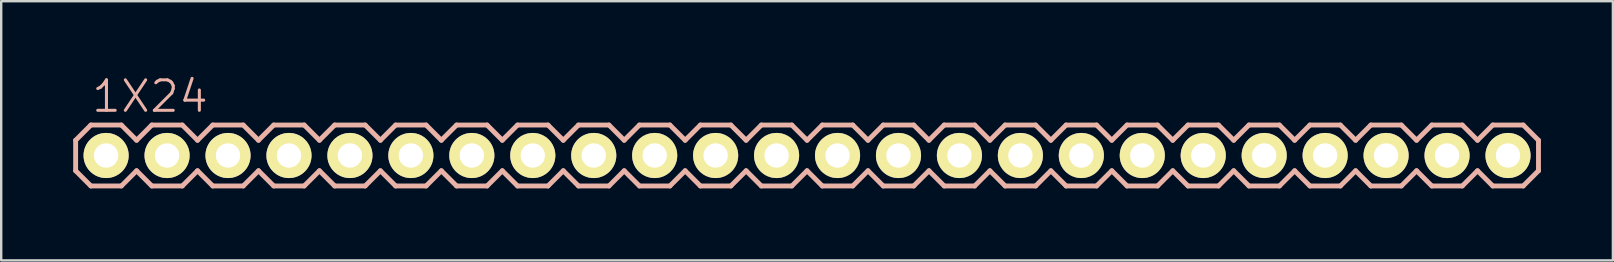
<source format=kicad_pcb>
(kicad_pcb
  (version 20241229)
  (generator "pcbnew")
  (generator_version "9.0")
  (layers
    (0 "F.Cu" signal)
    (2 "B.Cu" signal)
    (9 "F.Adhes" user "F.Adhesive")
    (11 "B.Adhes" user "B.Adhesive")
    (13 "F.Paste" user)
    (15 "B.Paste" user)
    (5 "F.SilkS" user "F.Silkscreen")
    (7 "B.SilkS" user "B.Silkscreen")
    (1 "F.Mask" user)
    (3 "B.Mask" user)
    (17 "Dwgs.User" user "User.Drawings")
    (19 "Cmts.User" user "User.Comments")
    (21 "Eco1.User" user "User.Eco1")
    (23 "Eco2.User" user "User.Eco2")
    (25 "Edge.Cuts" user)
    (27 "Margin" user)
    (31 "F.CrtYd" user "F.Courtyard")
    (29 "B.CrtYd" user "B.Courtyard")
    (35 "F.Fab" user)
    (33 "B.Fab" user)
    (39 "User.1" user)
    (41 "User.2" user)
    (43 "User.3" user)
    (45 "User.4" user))
  (footprint "1X24"
    (layer "F.Cu")
    (at 28.042 3.43)
    (property "Reference" "1X24" (at -24.841 -2.464 0) (layer "B.SilkS") (effects (font (size 1.27 1.27) (thickness 0.127))))
    (attr exclude_from_pos_files exclude_from_bom)
    (fp_line (start -26.924 -0.254) (end -26.416 -0.254) (stroke (width 0.066) (type solid)) (layer "F.SilkS"))
    (fp_line (start -26.924 0.254) (end -26.924 -0.254) (stroke (width 0.066) (type solid)) (layer "F.SilkS"))
    (fp_line (start -26.924 0.254) (end -26.416 0.254) (stroke (width 0.066) (type solid)) (layer "F.SilkS"))
    (fp_line (start -26.416 0.254) (end -26.416 -0.254) (stroke (width 0.066) (type solid)) (layer "F.SilkS"))
    (fp_line (start -24.384 -0.254) (end -23.876 -0.254) (stroke (width 0.066) (type solid)) (layer "F.SilkS"))
    (fp_line (start -24.384 0.254) (end -24.384 -0.254) (stroke (width 0.066) (type solid)) (layer "F.SilkS"))
    (fp_line (start -24.384 0.254) (end -23.876 0.254) (stroke (width 0.066) (type solid)) (layer "F.SilkS"))
    (fp_line (start -23.876 0.254) (end -23.876 -0.254) (stroke (width 0.066) (type solid)) (layer "F.SilkS"))
    (fp_line (start -21.844 -0.254) (end -21.336 -0.254) (stroke (width 0.066) (type solid)) (layer "F.SilkS"))
    (fp_line (start -21.844 0.254) (end -21.844 -0.254) (stroke (width 0.066) (type solid)) (layer "F.SilkS"))
    (fp_line (start -21.844 0.254) (end -21.336 0.254) (stroke (width 0.066) (type solid)) (layer "F.SilkS"))
    (fp_line (start -21.336 0.254) (end -21.336 -0.254) (stroke (width 0.066) (type solid)) (layer "F.SilkS"))
    (fp_line (start -19.304 -0.254) (end -18.796 -0.254) (stroke (width 0.066) (type solid)) (layer "F.SilkS"))
    (fp_line (start -19.304 0.254) (end -19.304 -0.254) (stroke (width 0.066) (type solid)) (layer "F.SilkS"))
    (fp_line (start -19.304 0.254) (end -18.796 0.254) (stroke (width 0.066) (type solid)) (layer "F.SilkS"))
    (fp_line (start -18.796 0.254) (end -18.796 -0.254) (stroke (width 0.066) (type solid)) (layer "F.SilkS"))
    (fp_line (start -16.764 -0.254) (end -16.256 -0.254) (stroke (width 0.066) (type solid)) (layer "F.SilkS"))
    (fp_line (start -16.764 0.254) (end -16.764 -0.254) (stroke (width 0.066) (type solid)) (layer "F.SilkS"))
    (fp_line (start -16.764 0.254) (end -16.256 0.254) (stroke (width 0.066) (type solid)) (layer "F.SilkS"))
    (fp_line (start -16.256 0.254) (end -16.256 -0.254) (stroke (width 0.066) (type solid)) (layer "F.SilkS"))
    (fp_line (start -14.224 -0.254) (end -13.716 -0.254) (stroke (width 0.066) (type solid)) (layer "F.SilkS"))
    (fp_line (start -14.224 0.254) (end -14.224 -0.254) (stroke (width 0.066) (type solid)) (layer "F.SilkS"))
    (fp_line (start -14.224 0.254) (end -13.716 0.254) (stroke (width 0.066) (type solid)) (layer "F.SilkS"))
    (fp_line (start -13.716 0.254) (end -13.716 -0.254) (stroke (width 0.066) (type solid)) (layer "F.SilkS"))
    (fp_line (start -11.684 -0.254) (end -11.176 -0.254) (stroke (width 0.066) (type solid)) (layer "F.SilkS"))
    (fp_line (start -11.684 0.254) (end -11.684 -0.254) (stroke (width 0.066) (type solid)) (layer "F.SilkS"))
    (fp_line (start -11.684 0.254) (end -11.176 0.254) (stroke (width 0.066) (type solid)) (layer "F.SilkS"))
    (fp_line (start -11.176 0.254) (end -11.176 -0.254) (stroke (width 0.066) (type solid)) (layer "F.SilkS"))
    (fp_line (start -9.144 -0.254) (end -8.636 -0.254) (stroke (width 0.066) (type solid)) (layer "F.SilkS"))
    (fp_line (start -9.144 0.254) (end -9.144 -0.254) (stroke (width 0.066) (type solid)) (layer "F.SilkS"))
    (fp_line (start -9.144 0.254) (end -8.636 0.254) (stroke (width 0.066) (type solid)) (layer "F.SilkS"))
    (fp_line (start -8.636 0.254) (end -8.636 -0.254) (stroke (width 0.066) (type solid)) (layer "F.SilkS"))
    (fp_line (start -6.604 -0.254) (end -6.096 -0.254) (stroke (width 0.066) (type solid)) (layer "F.SilkS"))
    (fp_line (start -6.604 0.254) (end -6.604 -0.254) (stroke (width 0.066) (type solid)) (layer "F.SilkS"))
    (fp_line (start -6.604 0.254) (end -6.096 0.254) (stroke (width 0.066) (type solid)) (layer "F.SilkS"))
    (fp_line (start -6.096 0.254) (end -6.096 -0.254) (stroke (width 0.066) (type solid)) (layer "F.SilkS"))
    (fp_line (start -4.064 -0.254) (end -3.556 -0.254) (stroke (width 0.066) (type solid)) (layer "F.SilkS"))
    (fp_line (start -4.064 0.254) (end -4.064 -0.254) (stroke (width 0.066) (type solid)) (layer "F.SilkS"))
    (fp_line (start -4.064 0.254) (end -3.556 0.254) (stroke (width 0.066) (type solid)) (layer "F.SilkS"))
    (fp_line (start -3.556 0.254) (end -3.556 -0.254) (stroke (width 0.066) (type solid)) (layer "F.SilkS"))
    (fp_line (start -1.524 -0.254) (end -1.016 -0.254) (stroke (width 0.066) (type solid)) (layer "F.SilkS"))
    (fp_line (start -1.524 0.254) (end -1.524 -0.254) (stroke (width 0.066) (type solid)) (layer "F.SilkS"))
    (fp_line (start -1.524 0.254) (end -1.016 0.254) (stroke (width 0.066) (type solid)) (layer "F.SilkS"))
    (fp_line (start -1.016 0.254) (end -1.016 -0.254) (stroke (width 0.066) (type solid)) (layer "F.SilkS"))
    (fp_line (start 1.016 -0.254) (end 1.524 -0.254) (stroke (width 0.066) (type solid)) (layer "F.SilkS"))
    (fp_line (start 1.016 0.254) (end 1.016 -0.254) (stroke (width 0.066) (type solid)) (layer "F.SilkS"))
    (fp_line (start 1.016 0.254) (end 1.524 0.254) (stroke (width 0.066) (type solid)) (layer "F.SilkS"))
    (fp_line (start 1.524 0.254) (end 1.524 -0.254) (stroke (width 0.066) (type solid)) (layer "F.SilkS"))
    (fp_line (start 3.556 -0.254) (end 4.064 -0.254) (stroke (width 0.066) (type solid)) (layer "F.SilkS"))
    (fp_line (start 3.556 0.254) (end 3.556 -0.254) (stroke (width 0.066) (type solid)) (layer "F.SilkS"))
    (fp_line (start 3.556 0.254) (end 4.064 0.254) (stroke (width 0.066) (type solid)) (layer "F.SilkS"))
    (fp_line (start 4.064 0.254) (end 4.064 -0.254) (stroke (width 0.066) (type solid)) (layer "F.SilkS"))
    (fp_line (start 6.096 -0.254) (end 6.604 -0.254) (stroke (width 0.066) (type solid)) (layer "F.SilkS"))
    (fp_line (start 6.096 0.254) (end 6.096 -0.254) (stroke (width 0.066) (type solid)) (layer "F.SilkS"))
    (fp_line (start 6.096 0.254) (end 6.604 0.254) (stroke (width 0.066) (type solid)) (layer "F.SilkS"))
    (fp_line (start 6.604 0.254) (end 6.604 -0.254) (stroke (width 0.066) (type solid)) (layer "F.SilkS"))
    (fp_line (start 8.636 -0.254) (end 9.144 -0.254) (stroke (width 0.066) (type solid)) (layer "F.SilkS"))
    (fp_line (start 8.636 0.254) (end 8.636 -0.254) (stroke (width 0.066) (type solid)) (layer "F.SilkS"))
    (fp_line (start 8.636 0.254) (end 9.144 0.254) (stroke (width 0.066) (type solid)) (layer "F.SilkS"))
    (fp_line (start 9.144 0.254) (end 9.144 -0.254) (stroke (width 0.066) (type solid)) (layer "F.SilkS"))
    (fp_line (start 11.176 -0.254) (end 11.684 -0.254) (stroke (width 0.066) (type solid)) (layer "F.SilkS"))
    (fp_line (start 11.176 0.254) (end 11.176 -0.254) (stroke (width 0.066) (type solid)) (layer "F.SilkS"))
    (fp_line (start 11.176 0.254) (end 11.684 0.254) (stroke (width 0.066) (type solid)) (layer "F.SilkS"))
    (fp_line (start 11.684 0.254) (end 11.684 -0.254) (stroke (width 0.066) (type solid)) (layer "F.SilkS"))
    (fp_line (start 13.716 -0.254) (end 14.224 -0.254) (stroke (width 0.066) (type solid)) (layer "F.SilkS"))
    (fp_line (start 13.716 0.254) (end 13.716 -0.254) (stroke (width 0.066) (type solid)) (layer "F.SilkS"))
    (fp_line (start 13.716 0.254) (end 14.224 0.254) (stroke (width 0.066) (type solid)) (layer "F.SilkS"))
    (fp_line (start 14.224 0.254) (end 14.224 -0.254) (stroke (width 0.066) (type solid)) (layer "F.SilkS"))
    (fp_line (start 16.256 -0.254) (end 16.764 -0.254) (stroke (width 0.066) (type solid)) (layer "F.SilkS"))
    (fp_line (start 16.256 0.254) (end 16.256 -0.254) (stroke (width 0.066) (type solid)) (layer "F.SilkS"))
    (fp_line (start 16.256 0.254) (end 16.764 0.254) (stroke (width 0.066) (type solid)) (layer "F.SilkS"))
    (fp_line (start 16.764 0.254) (end 16.764 -0.254) (stroke (width 0.066) (type solid)) (layer "F.SilkS"))
    (fp_line (start 18.796 -0.254) (end 19.304 -0.254) (stroke (width 0.066) (type solid)) (layer "F.SilkS"))
    (fp_line (start 18.796 0.254) (end 18.796 -0.254) (stroke (width 0.066) (type solid)) (layer "F.SilkS"))
    (fp_line (start 18.796 0.254) (end 19.304 0.254) (stroke (width 0.066) (type solid)) (layer "F.SilkS"))
    (fp_line (start 19.304 0.254) (end 19.304 -0.254) (stroke (width 0.066) (type solid)) (layer "F.SilkS"))
    (fp_line (start 21.336 -0.254) (end 21.844 -0.254) (stroke (width 0.066) (type solid)) (layer "F.SilkS"))
    (fp_line (start 21.336 0.254) (end 21.336 -0.254) (stroke (width 0.066) (type solid)) (layer "F.SilkS"))
    (fp_line (start 21.336 0.254) (end 21.844 0.254) (stroke (width 0.066) (type solid)) (layer "F.SilkS"))
    (fp_line (start 21.844 0.254) (end 21.844 -0.254) (stroke (width 0.066) (type solid)) (layer "F.SilkS"))
    (fp_line (start 23.876 -0.254) (end 24.384 -0.254) (stroke (width 0.066) (type solid)) (layer "F.SilkS"))
    (fp_line (start 23.876 0.254) (end 23.876 -0.254) (stroke (width 0.066) (type solid)) (layer "F.SilkS"))
    (fp_line (start 23.876 0.254) (end 24.384 0.254) (stroke (width 0.066) (type solid)) (layer "F.SilkS"))
    (fp_line (start 24.384 0.254) (end 24.384 -0.254) (stroke (width 0.066) (type solid)) (layer "F.SilkS"))
    (fp_line (start 26.416 -0.254) (end 26.924 -0.254) (stroke (width 0.066) (type solid)) (layer "F.SilkS"))
    (fp_line (start 26.416 0.254) (end 26.416 -0.254) (stroke (width 0.066) (type solid)) (layer "F.SilkS"))
    (fp_line (start 26.416 0.254) (end 26.924 0.254) (stroke (width 0.066) (type solid)) (layer "F.SilkS"))
    (fp_line (start 26.924 0.254) (end 26.924 -0.254) (stroke (width 0.066) (type solid)) (layer "F.SilkS"))
    (fp_line (start 28.953 -0.254) (end 29.464 -0.254) (stroke (width 0.066) (type solid)) (layer "F.SilkS"))
    (fp_line (start 28.953 0.254) (end 28.953 -0.254) (stroke (width 0.066) (type solid)) (layer "F.SilkS"))
    (fp_line (start 28.953 0.254) (end 29.464 0.254) (stroke (width 0.066) (type solid)) (layer "F.SilkS"))
    (fp_line (start 29.464 0.254) (end 29.464 -0.254) (stroke (width 0.066) (type solid)) (layer "F.SilkS"))
    (fp_line (start 31.496 -0.254) (end 32.004 -0.254) (stroke (width 0.066) (type solid)) (layer "F.SilkS"))
    (fp_line (start 31.496 0.254) (end 31.496 -0.254) (stroke (width 0.066) (type solid)) (layer "F.SilkS"))
    (fp_line (start 31.496 0.254) (end 32.004 0.254) (stroke (width 0.066) (type solid)) (layer "F.SilkS"))
    (fp_line (start 32.004 0.254) (end 32.004 -0.254) (stroke (width 0.066) (type solid)) (layer "F.SilkS"))
    (fp_line (start -27.94 -0.635) (end -27.94 0.635) (stroke (width 0.203) (type solid)) (layer "B.SilkS"))
    (fp_line (start -27.94 -0.635) (end -27.305 -1.27) (stroke (width 0.203) (type solid)) (layer "B.SilkS"))
    (fp_line (start -27.305 -1.27) (end -26.035 -1.27) (stroke (width 0.203) (type solid)) (layer "B.SilkS"))
    (fp_line (start -27.305 1.27) (end -27.94 0.635) (stroke (width 0.203) (type solid)) (layer "B.SilkS"))
    (fp_line (start -26.035 -1.27) (end -25.4 -0.635) (stroke (width 0.203) (type solid)) (layer "B.SilkS"))
    (fp_line (start -26.035 1.27) (end -27.305 1.27) (stroke (width 0.203) (type solid)) (layer "B.SilkS"))
    (fp_line (start -25.4 -0.635) (end -24.765 -1.27) (stroke (width 0.203) (type solid)) (layer "B.SilkS"))
    (fp_line (start -25.4 0.635) (end -26.035 1.27) (stroke (width 0.203) (type solid)) (layer "B.SilkS"))
    (fp_line (start -24.765 -1.27) (end -23.495 -1.27) (stroke (width 0.203) (type solid)) (layer "B.SilkS"))
    (fp_line (start -24.765 1.27) (end -25.4 0.635) (stroke (width 0.203) (type solid)) (layer "B.SilkS"))
    (fp_line (start -23.495 -1.27) (end -22.86 -0.635) (stroke (width 0.203) (type solid)) (layer "B.SilkS"))
    (fp_line (start -23.495 1.27) (end -24.765 1.27) (stroke (width 0.203) (type solid)) (layer "B.SilkS"))
    (fp_line (start -22.86 0.635) (end -23.495 1.27) (stroke (width 0.203) (type solid)) (layer "B.SilkS"))
    (fp_line (start -22.86 0.635) (end -22.225 1.27) (stroke (width 0.203) (type solid)) (layer "B.SilkS"))
    (fp_line (start -22.225 -1.27) (end -22.86 -0.635) (stroke (width 0.203) (type solid)) (layer "B.SilkS"))
    (fp_line (start -22.225 -1.27) (end -20.955 -1.27) (stroke (width 0.203) (type solid)) (layer "B.SilkS"))
    (fp_line (start -20.955 -1.27) (end -20.32 -0.635) (stroke (width 0.203) (type solid)) (layer "B.SilkS"))
    (fp_line (start -20.955 1.27) (end -22.225 1.27) (stroke (width 0.203) (type solid)) (layer "B.SilkS"))
    (fp_line (start -20.32 -0.635) (end -19.685 -1.27) (stroke (width 0.203) (type solid)) (layer "B.SilkS"))
    (fp_line (start -20.32 0.635) (end -20.955 1.27) (stroke (width 0.203) (type solid)) (layer "B.SilkS"))
    (fp_line (start -19.685 -1.27) (end -18.415 -1.27) (stroke (width 0.203) (type solid)) (layer "B.SilkS"))
    (fp_line (start -19.685 1.27) (end -20.32 0.635) (stroke (width 0.203) (type solid)) (layer "B.SilkS"))
    (fp_line (start -18.415 -1.27) (end -17.78 -0.635) (stroke (width 0.203) (type solid)) (layer "B.SilkS"))
    (fp_line (start -18.415 1.27) (end -19.685 1.27) (stroke (width 0.203) (type solid)) (layer "B.SilkS"))
    (fp_line (start -17.78 -0.635) (end -17.145 -1.27) (stroke (width 0.203) (type solid)) (layer "B.SilkS"))
    (fp_line (start -17.78 0.635) (end -18.415 1.27) (stroke (width 0.203) (type solid)) (layer "B.SilkS"))
    (fp_line (start -17.145 -1.27) (end -15.875 -1.27) (stroke (width 0.203) (type solid)) (layer "B.SilkS"))
    (fp_line (start -17.145 1.27) (end -17.78 0.635) (stroke (width 0.203) (type solid)) (layer "B.SilkS"))
    (fp_line (start -15.875 -1.27) (end -15.24 -0.635) (stroke (width 0.203) (type solid)) (layer "B.SilkS"))
    (fp_line (start -15.875 1.27) (end -17.145 1.27) (stroke (width 0.203) (type solid)) (layer "B.SilkS"))
    (fp_line (start -15.24 0.635) (end -15.875 1.27) (stroke (width 0.203) (type solid)) (layer "B.SilkS"))
    (fp_line (start -15.24 0.635) (end -14.605 1.27) (stroke (width 0.203) (type solid)) (layer "B.SilkS"))
    (fp_line (start -14.605 -1.27) (end -15.24 -0.635) (stroke (width 0.203) (type solid)) (layer "B.SilkS"))
    (fp_line (start -14.605 -1.27) (end -13.335 -1.27) (stroke (width 0.203) (type solid)) (layer "B.SilkS"))
    (fp_line (start -13.335 -1.27) (end -12.7 -0.635) (stroke (width 0.203) (type solid)) (layer "B.SilkS"))
    (fp_line (start -13.335 1.27) (end -14.605 1.27) (stroke (width 0.203) (type solid)) (layer "B.SilkS"))
    (fp_line (start -12.7 0.635) (end -13.335 1.27) (stroke (width 0.203) (type solid)) (layer "B.SilkS"))
    (fp_line (start -12.7 0.635) (end -12.065 1.27) (stroke (width 0.203) (type solid)) (layer "B.SilkS"))
    (fp_line (start -12.065 -1.27) (end -12.7 -0.635) (stroke (width 0.203) (type solid)) (layer "B.SilkS"))
    (fp_line (start -12.065 -1.27) (end -10.795 -1.27) (stroke (width 0.203) (type solid)) (layer "B.SilkS"))
    (fp_line (start -10.795 -1.27) (end -10.16 -0.635) (stroke (width 0.203) (type solid)) (layer "B.SilkS"))
    (fp_line (start -10.795 1.27) (end -12.065 1.27) (stroke (width 0.203) (type solid)) (layer "B.SilkS"))
    (fp_line (start -10.16 -0.635) (end -9.525 -1.27) (stroke (width 0.203) (type solid)) (layer "B.SilkS"))
    (fp_line (start -10.16 0.635) (end -10.795 1.27) (stroke (width 0.203) (type solid)) (layer "B.SilkS"))
    (fp_line (start -9.525 -1.27) (end -8.255 -1.27) (stroke (width 0.203) (type solid)) (layer "B.SilkS"))
    (fp_line (start -9.525 1.27) (end -10.16 0.635) (stroke (width 0.203) (type solid)) (layer "B.SilkS"))
    (fp_line (start -8.255 -1.27) (end -7.62 -0.635) (stroke (width 0.203) (type solid)) (layer "B.SilkS"))
    (fp_line (start -8.255 1.27) (end -9.525 1.27) (stroke (width 0.203) (type solid)) (layer "B.SilkS"))
    (fp_line (start -7.62 -0.635) (end -6.985 -1.27) (stroke (width 0.203) (type solid)) (layer "B.SilkS"))
    (fp_line (start -7.62 0.635) (end -8.255 1.27) (stroke (width 0.203) (type solid)) (layer "B.SilkS"))
    (fp_line (start -6.985 -1.27) (end -5.715 -1.27) (stroke (width 0.203) (type solid)) (layer "B.SilkS"))
    (fp_line (start -6.985 1.27) (end -7.62 0.635) (stroke (width 0.203) (type solid)) (layer "B.SilkS"))
    (fp_line (start -5.715 -1.27) (end -5.08 -0.635) (stroke (width 0.203) (type solid)) (layer "B.SilkS"))
    (fp_line (start -5.715 1.27) (end -6.985 1.27) (stroke (width 0.203) (type solid)) (layer "B.SilkS"))
    (fp_line (start -5.08 0.635) (end -5.715 1.27) (stroke (width 0.203) (type solid)) (layer "B.SilkS"))
    (fp_line (start -5.08 0.635) (end -4.445 1.27) (stroke (width 0.203) (type solid)) (layer "B.SilkS"))
    (fp_line (start -4.445 -1.27) (end -5.08 -0.635) (stroke (width 0.203) (type solid)) (layer "B.SilkS"))
    (fp_line (start -4.445 -1.27) (end -3.175 -1.27) (stroke (width 0.203) (type solid)) (layer "B.SilkS"))
    (fp_line (start -3.175 -1.27) (end -2.54 -0.635) (stroke (width 0.203) (type solid)) (layer "B.SilkS"))
    (fp_line (start -3.175 1.27) (end -4.445 1.27) (stroke (width 0.203) (type solid)) (layer "B.SilkS"))
    (fp_line (start -2.54 -0.635) (end -1.905 -1.27) (stroke (width 0.203) (type solid)) (layer "B.SilkS"))
    (fp_line (start -2.54 0.635) (end -3.175 1.27) (stroke (width 0.203) (type solid)) (layer "B.SilkS"))
    (fp_line (start -1.905 -1.27) (end -0.635 -1.27) (stroke (width 0.203) (type solid)) (layer "B.SilkS"))
    (fp_line (start -1.905 1.27) (end -2.54 0.635) (stroke (width 0.203) (type solid)) (layer "B.SilkS"))
    (fp_line (start -0.635 -1.27) (end 0 -0.635) (stroke (width 0.203) (type solid)) (layer "B.SilkS"))
    (fp_line (start -0.635 1.27) (end -1.905 1.27) (stroke (width 0.203) (type solid)) (layer "B.SilkS"))
    (fp_line (start 0 -0.635) (end 0.635 -1.27) (stroke (width 0.203) (type solid)) (layer "B.SilkS"))
    (fp_line (start 0 0.635) (end -0.635 1.27) (stroke (width 0.203) (type solid)) (layer "B.SilkS"))
    (fp_line (start 0.635 -1.27) (end 1.905 -1.27) (stroke (width 0.203) (type solid)) (layer "B.SilkS"))
    (fp_line (start 0.635 1.27) (end 0 0.635) (stroke (width 0.203) (type solid)) (layer "B.SilkS"))
    (fp_line (start 1.905 -1.27) (end 2.54 -0.635) (stroke (width 0.203) (type solid)) (layer "B.SilkS"))
    (fp_line (start 1.905 1.27) (end 0.635 1.27) (stroke (width 0.203) (type solid)) (layer "B.SilkS"))
    (fp_line (start 2.54 0.635) (end 1.905 1.27) (stroke (width 0.203) (type solid)) (layer "B.SilkS"))
    (fp_line (start 2.54 0.635) (end 3.175 1.27) (stroke (width 0.203) (type solid)) (layer "B.SilkS"))
    (fp_line (start 3.175 -1.27) (end 2.54 -0.635) (stroke (width 0.203) (type solid)) (layer "B.SilkS"))
    (fp_line (start 3.175 -1.27) (end 4.445 -1.27) (stroke (width 0.203) (type solid)) (layer "B.SilkS"))
    (fp_line (start 4.445 -1.27) (end 5.08 -0.635) (stroke (width 0.203) (type solid)) (layer "B.SilkS"))
    (fp_line (start 4.445 1.27) (end 3.175 1.27) (stroke (width 0.203) (type solid)) (layer "B.SilkS"))
    (fp_line (start 5.08 0.635) (end 4.445 1.27) (stroke (width 0.203) (type solid)) (layer "B.SilkS"))
    (fp_line (start 5.08 0.635) (end 5.715 1.27) (stroke (width 0.203) (type solid)) (layer "B.SilkS"))
    (fp_line (start 5.715 -1.27) (end 5.08 -0.635) (stroke (width 0.203) (type solid)) (layer "B.SilkS"))
    (fp_line (start 5.715 -1.27) (end 6.985 -1.27) (stroke (width 0.203) (type solid)) (layer "B.SilkS"))
    (fp_line (start 6.985 -1.27) (end 7.62 -0.635) (stroke (width 0.203) (type solid)) (layer "B.SilkS"))
    (fp_line (start 6.985 1.27) (end 5.715 1.27) (stroke (width 0.203) (type solid)) (layer "B.SilkS"))
    (fp_line (start 7.62 0.635) (end 6.985 1.27) (stroke (width 0.203) (type solid)) (layer "B.SilkS"))
    (fp_line (start 7.62 0.635) (end 8.255 1.27) (stroke (width 0.203) (type solid)) (layer "B.SilkS"))
    (fp_line (start 8.255 -1.27) (end 7.62 -0.635) (stroke (width 0.203) (type solid)) (layer "B.SilkS"))
    (fp_line (start 8.255 -1.27) (end 9.525 -1.27) (stroke (width 0.203) (type solid)) (layer "B.SilkS"))
    (fp_line (start 9.525 -1.27) (end 10.16 -0.635) (stroke (width 0.203) (type solid)) (layer "B.SilkS"))
    (fp_line (start 9.525 1.27) (end 8.255 1.27) (stroke (width 0.203) (type solid)) (layer "B.SilkS"))
    (fp_line (start 10.16 0.635) (end 9.525 1.27) (stroke (width 0.203) (type solid)) (layer "B.SilkS"))
    (fp_line (start 10.16 0.635) (end 10.795 1.27) (stroke (width 0.203) (type solid)) (layer "B.SilkS"))
    (fp_line (start 10.795 -1.27) (end 10.16 -0.635) (stroke (width 0.203) (type solid)) (layer "B.SilkS"))
    (fp_line (start 10.795 -1.27) (end 12.065 -1.27) (stroke (width 0.203) (type solid)) (layer "B.SilkS"))
    (fp_line (start 12.065 -1.27) (end 12.7 -0.635) (stroke (width 0.203) (type solid)) (layer "B.SilkS"))
    (fp_line (start 12.065 1.27) (end 10.795 1.27) (stroke (width 0.203) (type solid)) (layer "B.SilkS"))
    (fp_line (start 12.7 0.635) (end 12.065 1.27) (stroke (width 0.203) (type solid)) (layer "B.SilkS"))
    (fp_line (start 12.7 0.635) (end 13.335 1.27) (stroke (width 0.203) (type solid)) (layer "B.SilkS"))
    (fp_line (start 13.335 -1.27) (end 12.7 -0.635) (stroke (width 0.203) (type solid)) (layer "B.SilkS"))
    (fp_line (start 13.335 -1.27) (end 14.605 -1.27) (stroke (width 0.203) (type solid)) (layer "B.SilkS"))
    (fp_line (start 14.605 -1.27) (end 15.24 -0.635) (stroke (width 0.203) (type solid)) (layer "B.SilkS"))
    (fp_line (start 14.605 1.27) (end 13.335 1.27) (stroke (width 0.203) (type solid)) (layer "B.SilkS"))
    (fp_line (start 15.24 0.635) (end 14.605 1.27) (stroke (width 0.203) (type solid)) (layer "B.SilkS"))
    (fp_line (start 15.24 0.635) (end 15.875 1.27) (stroke (width 0.203) (type solid)) (layer "B.SilkS"))
    (fp_line (start 15.875 -1.27) (end 15.24 -0.635) (stroke (width 0.203) (type solid)) (layer "B.SilkS"))
    (fp_line (start 15.875 -1.27) (end 17.145 -1.27) (stroke (width 0.203) (type solid)) (layer "B.SilkS"))
    (fp_line (start 17.145 -1.27) (end 17.78 -0.635) (stroke (width 0.203) (type solid)) (layer "B.SilkS"))
    (fp_line (start 17.145 1.27) (end 15.875 1.27) (stroke (width 0.203) (type solid)) (layer "B.SilkS"))
    (fp_line (start 17.78 0.635) (end 17.145 1.27) (stroke (width 0.203) (type solid)) (layer "B.SilkS"))
    (fp_line (start 17.78 0.635) (end 18.415 1.27) (stroke (width 0.203) (type solid)) (layer "B.SilkS"))
    (fp_line (start 18.415 -1.27) (end 17.78 -0.635) (stroke (width 0.203) (type solid)) (layer "B.SilkS"))
    (fp_line (start 18.415 -1.27) (end 19.685 -1.27) (stroke (width 0.203) (type solid)) (layer "B.SilkS"))
    (fp_line (start 19.685 -1.27) (end 20.32 -0.635) (stroke (width 0.203) (type solid)) (layer "B.SilkS"))
    (fp_line (start 19.685 1.27) (end 18.415 1.27) (stroke (width 0.203) (type solid)) (layer "B.SilkS"))
    (fp_line (start 20.32 0.635) (end 19.685 1.27) (stroke (width 0.203) (type solid)) (layer "B.SilkS"))
    (fp_line (start 20.32 0.635) (end 20.955 1.27) (stroke (width 0.203) (type solid)) (layer "B.SilkS"))
    (fp_line (start 20.955 -1.27) (end 20.32 -0.635) (stroke (width 0.203) (type solid)) (layer "B.SilkS"))
    (fp_line (start 20.955 -1.27) (end 22.225 -1.27) (stroke (width 0.203) (type solid)) (layer "B.SilkS"))
    (fp_line (start 22.225 -1.27) (end 22.86 -0.635) (stroke (width 0.203) (type solid)) (layer "B.SilkS"))
    (fp_line (start 22.225 1.27) (end 20.955 1.27) (stroke (width 0.203) (type solid)) (layer "B.SilkS"))
    (fp_line (start 22.86 0.635) (end 22.225 1.27) (stroke (width 0.203) (type solid)) (layer "B.SilkS"))
    (fp_line (start 22.86 0.635) (end 23.495 1.27) (stroke (width 0.203) (type solid)) (layer "B.SilkS"))
    (fp_line (start 23.495 -1.27) (end 22.86 -0.635) (stroke (width 0.203) (type solid)) (layer "B.SilkS"))
    (fp_line (start 23.495 -1.27) (end 24.765 -1.27) (stroke (width 0.203) (type solid)) (layer "B.SilkS"))
    (fp_line (start 24.765 -1.27) (end 25.4 -0.635) (stroke (width 0.203) (type solid)) (layer "B.SilkS"))
    (fp_line (start 24.765 1.27) (end 23.495 1.27) (stroke (width 0.203) (type solid)) (layer "B.SilkS"))
    (fp_line (start 25.4 0.635) (end 24.765 1.27) (stroke (width 0.203) (type solid)) (layer "B.SilkS"))
    (fp_line (start 25.4 0.635) (end 26.035 1.27) (stroke (width 0.203) (type solid)) (layer "B.SilkS"))
    (fp_line (start 26.035 -1.27) (end 25.4 -0.635) (stroke (width 0.203) (type solid)) (layer "B.SilkS"))
    (fp_line (start 26.035 -1.27) (end 27.305 -1.27) (stroke (width 0.203) (type solid)) (layer "B.SilkS"))
    (fp_line (start 27.305 -1.27) (end 27.94 -0.635) (stroke (width 0.203) (type solid)) (layer "B.SilkS"))
    (fp_line (start 27.305 1.27) (end 26.035 1.27) (stroke (width 0.203) (type solid)) (layer "B.SilkS"))
    (fp_line (start 27.94 0.635) (end 27.305 1.27) (stroke (width 0.203) (type solid)) (layer "B.SilkS"))
    (fp_line (start 27.94 0.635) (end 28.575 1.27) (stroke (width 0.203) (type solid)) (layer "B.SilkS"))
    (fp_line (start 28.575 -1.27) (end 27.94 -0.635) (stroke (width 0.203) (type solid)) (layer "B.SilkS"))
    (fp_line (start 28.575 -1.27) (end 29.845 -1.27) (stroke (width 0.203) (type solid)) (layer "B.SilkS"))
    (fp_line (start 29.845 -1.27) (end 30.48 -0.635) (stroke (width 0.203) (type solid)) (layer "B.SilkS"))
    (fp_line (start 29.845 1.27) (end 28.575 1.27) (stroke (width 0.203) (type solid)) (layer "B.SilkS"))
    (fp_line (start 30.48 0.635) (end 29.845 1.27) (stroke (width 0.203) (type solid)) (layer "B.SilkS"))
    (fp_line (start 30.48 0.635) (end 31.115 1.27) (stroke (width 0.203) (type solid)) (layer "B.SilkS"))
    (fp_line (start 31.115 -1.27) (end 30.48 -0.635) (stroke (width 0.203) (type solid)) (layer "B.SilkS"))
    (fp_line (start 31.115 -1.27) (end 32.385 -1.27) (stroke (width 0.203) (type solid)) (layer "B.SilkS"))
    (fp_line (start 32.385 -1.27) (end 33.02 -0.635) (stroke (width 0.203) (type solid)) (layer "B.SilkS"))
    (fp_line (start 32.385 1.27) (end 31.115 1.27) (stroke (width 0.203) (type solid)) (layer "B.SilkS"))
    (fp_line (start 33.02 -0.635) (end 33.02 0.635) (stroke (width 0.203) (type solid)) (layer "B.SilkS"))
    (fp_line (start 33.02 0.635) (end 32.385 1.27) (stroke (width 0.203) (type solid)) (layer "B.SilkS"))
    (pad "2" thru_hole circle (at -26.67 0) (size 1.88 1.88) (drill 1.016) (layers "*.Cu" "F.Mask" "F.SilkS" "F.Paste"))
    (pad "3" thru_hole circle (at -24.13 0) (size 1.88 1.88) (drill 1.016) (layers "*.Cu" "F.Mask" "F.SilkS" "F.Paste"))
    (pad "4" thru_hole circle (at -21.59 0) (size 1.88 1.88) (drill 1.016) (layers "*.Cu" "F.Mask" "F.SilkS" "F.Paste"))
    (pad "5" thru_hole circle (at -19.05 0) (size 1.88 1.88) (drill 1.016) (layers "*.Cu" "F.Mask" "F.SilkS" "F.Paste"))
    (pad "6" thru_hole circle (at -16.51 0) (size 1.88 1.88) (drill 1.016) (layers "*.Cu" "F.Mask" "F.SilkS" "F.Paste"))
    (pad "7" thru_hole circle (at -13.97 0) (size 1.88 1.88) (drill 1.016) (layers "*.Cu" "F.Mask" "F.SilkS" "F.Paste"))
    (pad "8" thru_hole circle (at -11.43 0) (size 1.88 1.88) (drill 1.016) (layers "*.Cu" "F.Mask" "F.SilkS" "F.Paste"))
    (pad "9" thru_hole circle (at -8.89 0) (size 1.88 1.88) (drill 1.016) (layers "*.Cu" "F.Mask" "F.SilkS" "F.Paste"))
    (pad "10" thru_hole circle (at -6.35 0) (size 1.88 1.88) (drill 1.016) (layers "*.Cu" "F.Mask" "F.SilkS" "F.Paste"))
    (pad "11" thru_hole circle (at -3.81 0) (size 1.88 1.88) (drill 1.016) (layers "*.Cu" "F.Mask" "F.SilkS" "F.Paste"))
    (pad "12" thru_hole circle (at -1.27 0) (size 1.88 1.88) (drill 1.016) (layers "*.Cu" "F.Mask" "F.SilkS" "F.Paste"))
    (pad "13" thru_hole circle (at 1.27 0) (size 1.88 1.88) (drill 1.016) (layers "*.Cu" "F.Mask" "F.SilkS" "F.Paste"))
    (pad "14" thru_hole circle (at 3.81 0) (size 1.88 1.88) (drill 1.016) (layers "*.Cu" "F.Mask" "F.SilkS" "F.Paste"))
    (pad "15" thru_hole circle (at 6.35 0) (size 1.88 1.88) (drill 1.016) (layers "*.Cu" "F.Mask" "F.SilkS" "F.Paste"))
    (pad "16" thru_hole circle (at 8.89 0) (size 1.88 1.88) (drill 1.016) (layers "*.Cu" "F.Mask" "F.SilkS" "F.Paste"))
    (pad "17" thru_hole circle (at 11.43 0) (size 1.88 1.88) (drill 1.016) (layers "*.Cu" "F.Mask" "F.SilkS" "F.Paste"))
    (pad "18" thru_hole circle (at 13.97 0) (size 1.88 1.88) (drill 1.016) (layers "*.Cu" "F.Mask" "F.SilkS" "F.Paste"))
    (pad "19" thru_hole circle (at 16.51 0) (size 1.88 1.88) (drill 1.016) (layers "*.Cu" "F.Mask" "F.SilkS" "F.Paste"))
    (pad "20" thru_hole circle (at 19.05 0) (size 1.88 1.88) (drill 1.016) (layers "*.Cu" "F.Mask" "F.SilkS" "F.Paste"))
    (pad "21" thru_hole circle (at 21.59 0) (size 1.88 1.88) (drill 1.016) (layers "*.Cu" "F.Mask" "F.SilkS" "F.Paste"))
    (pad "22" thru_hole circle (at 24.13 0) (size 1.88 1.88) (drill 1.016) (layers "*.Cu" "F.Mask" "F.SilkS" "F.Paste"))
    (pad "23" thru_hole circle (at 26.67 0) (size 1.88 1.88) (drill 1.016) (layers "*.Cu" "F.Mask" "F.SilkS" "F.Paste"))
    (pad "24" thru_hole circle (at 29.21 0) (size 1.88 1.88) (drill 1.016) (layers "*.Cu" "F.Mask" "F.SilkS" "F.Paste"))
    (pad "25" thru_hole circle (at 31.75 0) (size 1.88 1.88) (drill 1.016) (layers "*.Cu" "F.Mask" "F.SilkS" "F.Paste")))
  (gr_rect
    (start -3 -3)
    (end 64.163 7.801)
    (stroke (width 0.1) (type default))
    (fill no)
    (layer "Edge.Cuts")))
</source>
